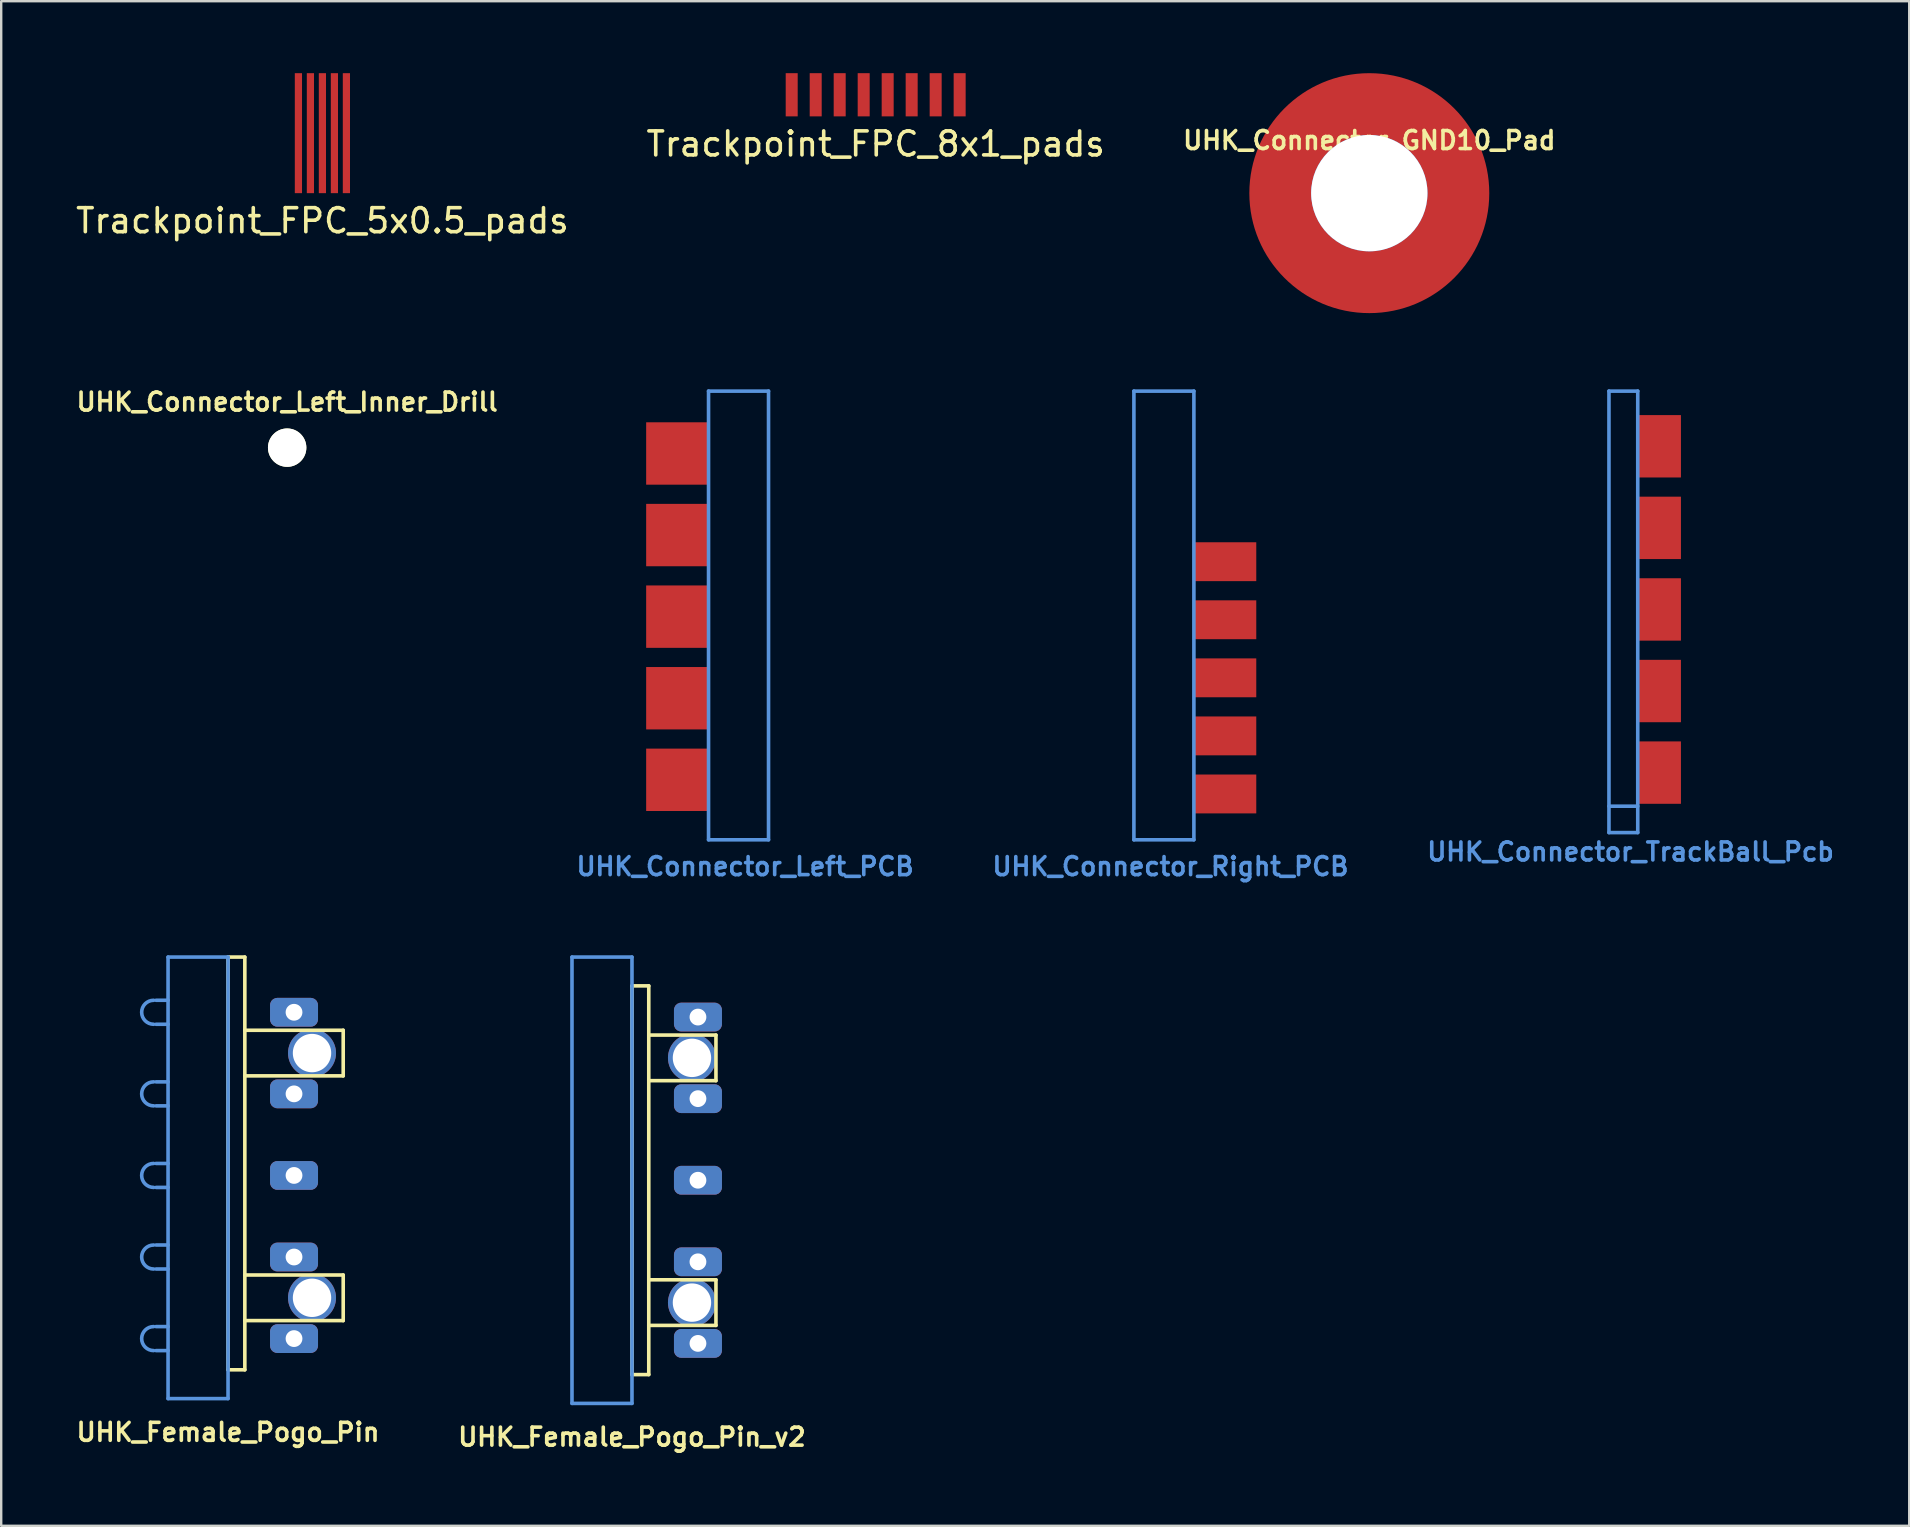
<source format=kicad_pcb>
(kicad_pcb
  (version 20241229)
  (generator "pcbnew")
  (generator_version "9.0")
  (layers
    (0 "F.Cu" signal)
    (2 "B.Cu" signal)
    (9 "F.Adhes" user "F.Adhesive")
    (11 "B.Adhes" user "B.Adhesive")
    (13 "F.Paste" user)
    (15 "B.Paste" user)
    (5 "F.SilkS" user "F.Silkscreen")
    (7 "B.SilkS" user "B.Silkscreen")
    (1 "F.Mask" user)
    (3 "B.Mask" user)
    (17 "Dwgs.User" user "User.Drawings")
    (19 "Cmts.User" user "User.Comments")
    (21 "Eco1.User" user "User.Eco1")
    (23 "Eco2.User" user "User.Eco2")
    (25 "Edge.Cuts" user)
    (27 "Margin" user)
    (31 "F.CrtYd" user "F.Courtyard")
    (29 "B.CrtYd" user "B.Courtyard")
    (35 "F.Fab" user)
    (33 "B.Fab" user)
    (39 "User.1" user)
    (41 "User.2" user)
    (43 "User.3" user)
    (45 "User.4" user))
  (footprint "Trackpoint_FPC_8x1_pads"
    (layer "F.Cu")
    (at 33.446 0.9)
    (property "Reference" "Trackpoint_FPC_8x1_pads" (at 0 2.05 0) (layer "F.SilkS") (effects (font (size 1 1) (thickness 0.15))))
    (attr smd)
    (pad "1" smd rect (at -3.5 0) (size 0.5 1.8) (layers "F.Cu" "F.Mask" "F.Paste"))
    (pad "2" smd rect (at -2.5 0) (size 0.5 1.8) (layers "F.Cu" "F.Mask" "F.Paste"))
    (pad "3" smd rect (at -1.5 0) (size 0.5 1.8) (layers "F.Cu" "F.Mask" "F.Paste"))
    (pad "4" smd rect (at -0.5 0) (size 0.5 1.8) (layers "F.Cu" "F.Mask" "F.Paste"))
    (pad "5" smd rect (at 0.5 0) (size 0.5 1.8) (layers "F.Cu" "F.Mask" "F.Paste"))
    (pad "6" smd rect (at 1.5 0) (size 0.5 1.8) (layers "F.Cu" "F.Mask" "F.Paste"))
    (pad "7" smd rect (at 2.5 0) (size 0.5 1.8) (layers "F.Cu" "F.Mask" "F.Paste"))
    (pad "8" smd rect (at 3.5 0) (size 0.5 1.8) (layers "F.Cu" "F.Mask" "F.Paste")))
  (footprint "UHK_Connector_GND10_Pad"
    (layer "F.Cu")
    (at 54.019 5)
    (property "Reference" "UHK_Connector_GND10_Pad" (at 0 -2.2 0) (layer "F.SilkS") (effects (font (size 0.75 0.75) (thickness 0.15))))
    (attr exclude_from_pos_files exclude_from_bom)
    (pad "1" thru_hole circle (at 0 0) (size 4.85 4.85) (drill 4.85) (layers "*.Cu" "*.Mask"))
    (pad "1" smd circle (at 0 0) (size 10 10) (layers "F.Cu" "F.Mask")))
  (footprint "UHK_Female_Pogo_Pin"
    (layer "F.Cu")
    (at 6.454 45.939)
    (property "Reference" "UHK_Female_Pogo_Pin" (at 0 10.7 0) (layer "F.SilkS") (effects (font (size 0.75 0.75) (thickness 0.15))))
    (attr exclude_from_pos_files exclude_from_bom)
    (fp_line (start 0 8.1) (end 0 -9.1) (stroke (width 0.15) (type solid)) (layer "F.SilkS"))
    (fp_line (start 0 8.1) (end 0.7 8.1) (stroke (width 0.15) (type solid)) (layer "F.SilkS"))
    (fp_line (start 0.7 -9.1) (end 0 -9.1) (stroke (width 0.15) (type solid)) (layer "F.SilkS"))
    (fp_line (start 0.7 -6.05) (end 4.8 -6.05) (stroke (width 0.15) (type solid)) (layer "F.SilkS"))
    (fp_line (start 0.7 6.05) (end 4.8 6.05) (stroke (width 0.15) (type solid)) (layer "F.SilkS"))
    (fp_line (start 0.7 8.1) (end 0.7 -9.1) (stroke (width 0.15) (type solid)) (layer "F.SilkS"))
    (fp_line (start 4.8 -6.05) (end 4.8 -4.15) (stroke (width 0.15) (type solid)) (layer "F.SilkS"))
    (fp_line (start 4.8 -4.15) (end 0.7 -4.15) (stroke (width 0.15) (type solid)) (layer "F.SilkS"))
    (fp_line (start 4.8 4.15) (end 0.7 4.15) (stroke (width 0.15) (type solid)) (layer "F.SilkS"))
    (fp_line (start 4.8 6.05) (end 4.8 4.15) (stroke (width 0.15) (type solid)) (layer "F.SilkS"))
    (fp_line (start -2.5 -9.1) (end -2.5 9.3) (stroke (width 0.15) (type solid)) (layer "Cmts.User"))
    (fp_line (start -2.5 -7.3) (end -3 -7.3) (stroke (width 0.15) (type solid)) (layer "Cmts.User"))
    (fp_line (start -2.5 -6.3) (end -3 -6.3) (stroke (width 0.15) (type solid)) (layer "Cmts.User"))
    (fp_line (start -2.5 -3.9) (end -3 -3.9) (stroke (width 0.15) (type solid)) (layer "Cmts.User"))
    (fp_line (start -2.5 -2.9) (end -3 -2.9) (stroke (width 0.15) (type solid)) (layer "Cmts.User"))
    (fp_line (start -2.5 -0.5) (end -3 -0.5) (stroke (width 0.15) (type solid)) (layer "Cmts.User"))
    (fp_line (start -2.5 0.5) (end -3 0.5) (stroke (width 0.15) (type solid)) (layer "Cmts.User"))
    (fp_line (start -2.5 2.9) (end -3 2.9) (stroke (width 0.15) (type solid)) (layer "Cmts.User"))
    (fp_line (start -2.5 3.9) (end -3 3.9) (stroke (width 0.15) (type solid)) (layer "Cmts.User"))
    (fp_line (start -2.5 6.3) (end -3 6.3) (stroke (width 0.15) (type solid)) (layer "Cmts.User"))
    (fp_line (start -2.5 7.3) (end -3 7.3) (stroke (width 0.15) (type solid)) (layer "Cmts.User"))
    (fp_line (start 0 -9.1) (end -2.5 -9.1) (stroke (width 0.15) (type solid)) (layer "Cmts.User"))
    (fp_line (start 0 9.3) (end -2.5 9.3) (stroke (width 0.15) (type solid)) (layer "Cmts.User"))
    (fp_line (start 0 9.3) (end 0 -9.1) (stroke (width 0.15) (type solid)) (layer "Cmts.User"))
    (fp_arc (start -3.1 -6.3) (mid -3.6 -6.8) (end -3.1 -7.3) (stroke (width 0.15) (type solid)) (layer "Cmts.User"))
    (fp_arc (start -3.1 -2.9) (mid -3.6 -3.4) (end -3.1 -3.9) (stroke (width 0.15) (type solid)) (layer "Cmts.User"))
    (fp_arc (start -3.1 0.5) (mid -3.6 0) (end -3.1 -0.5) (stroke (width 0.15) (type solid)) (layer "Cmts.User"))
    (fp_arc (start -3.1 3.9) (mid -3.6 3.4) (end -3.1 2.9) (stroke (width 0.15) (type solid)) (layer "Cmts.User"))
    (fp_arc (start -3.1 7.3) (mid -3.6 6.8) (end -3.1 6.3) (stroke (width 0.15) (type solid)) (layer "Cmts.User"))
    (pad "" np_thru_hole circle (at 3.5 -5.1) (size 2 2) (drill 1.6) (layers "*.Cu" "*.Mask"))
    (pad "" np_thru_hole circle (at 3.5 5.1 180) (size 2 2) (drill 1.6) (layers "*.Cu" "*.Mask"))
    (pad "1" thru_hole roundrect (at 2.75 -6.8) (size 2 1.2) (drill 0.7) (layers "*.Cu" "*.Mask") (roundrect_rratio 0.25))
    (pad "2" thru_hole roundrect (at 2.75 -3.4) (size 2 1.2) (drill 0.7) (layers "*.Cu" "*.Mask") (roundrect_rratio 0.25))
    (pad "3" thru_hole roundrect (at 2.75 0) (size 2 1.2) (drill 0.7) (layers "*.Cu" "*.Mask") (roundrect_rratio 0.25))
    (pad "4" thru_hole roundrect (at 2.75 3.4) (size 2 1.2) (drill 0.7) (layers "*.Cu" "*.Mask") (roundrect_rratio 0.25))
    (pad "5" thru_hole roundrect (at 2.75 6.8) (size 2 1.2) (drill 0.7) (layers "*.Cu" "*.Mask") (roundrect_rratio 0.25)))
  (footprint "UHK_Connector_Right_PCB"
    (layer "F.Cu")
    (at 44.208 13.25)
    (property "Reference" "UHK_Connector_Right_PCB" (at 1.524 19.812 0) (layer "Cmts.User") (effects (font (size 0.75 0.75) (thickness 0.15))))
    (attr through_hole)
    (fp_line (start 0 0) (end 2.5 0) (stroke (width 0.15) (type solid)) (layer "Cmts.User"))
    (fp_line (start 0 18.7) (end 0 0) (stroke (width 0.15) (type solid)) (layer "Cmts.User"))
    (fp_line (start 2.5 0) (end 2.5 18.7) (stroke (width 0.15) (type solid)) (layer "Cmts.User"))
    (fp_line (start 2.5 18.7) (end 0 18.7) (stroke (width 0.15) (type solid)) (layer "Cmts.User"))
    (pad "1" smd rect (at 3.8 7.11) (size 2.6 1.62) (layers "F.Cu" "F.Mask" "F.Paste"))
    (pad "2" smd rect (at 3.8 9.53) (size 2.6 1.62) (layers "F.Cu" "F.Mask" "F.Paste"))
    (pad "3" smd rect (at 3.8 11.95) (size 2.6 1.62) (layers "F.Cu" "F.Mask" "F.Paste"))
    (pad "4" smd rect (at 3.8 14.37) (size 2.6 1.62) (layers "F.Cu" "F.Mask" "F.Paste"))
    (pad "5" smd rect (at 3.8 16.79) (size 2.6 1.62) (layers "F.Cu" "F.Mask" "F.Paste")))
  (footprint "Trackpoint_FPC_5x0.5_pads"
    (layer "F.Cu")
    (at 10.387 2.5)
    (property "Reference" "Trackpoint_FPC_5x0.5_pads" (at 0 3.65 0) (layer "F.SilkS") (effects (font (size 1 1) (thickness 0.15))))
    (attr smd)
    (pad "1" smd rect (at -1 0) (size 0.3 5) (layers "F.Cu" "F.Mask" "F.Paste"))
    (pad "2" smd rect (at -0.5 0) (size 0.3 5) (layers "F.Cu" "F.Mask" "F.Paste"))
    (pad "3" smd rect (at 0 0) (size 0.3 5) (layers "F.Cu" "F.Mask" "F.Paste"))
    (pad "4" smd rect (at 0.5 0) (size 0.3 5) (layers "F.Cu" "F.Mask" "F.Paste"))
    (pad "5" smd rect (at 1 0) (size 0.3 5) (layers "F.Cu" "F.Mask" "F.Paste")))
  (footprint "UHK_Female_Pogo_Pin_v2"
    (layer "F.Cu")
    (at 23.289 46.139)
    (property "Reference" "UHK_Female_Pogo_Pin_v2" (at 0 10.7 0) (layer "F.SilkS") (effects (font (size 0.75 0.75) (thickness 0.15))))
    (attr exclude_from_pos_files exclude_from_bom)
    (fp_line (start 0 8.1) (end 0 -8.1) (stroke (width 0.15) (type solid)) (layer "F.SilkS"))
    (fp_line (start 0 8.1) (end 0.7 8.1) (stroke (width 0.15) (type solid)) (layer "F.SilkS"))
    (fp_line (start 0.7 -8.1) (end 0 -8.1) (stroke (width 0.15) (type solid)) (layer "F.SilkS"))
    (fp_line (start 0.7 -6.05) (end 3.5 -6.05) (stroke (width 0.15) (type solid)) (layer "F.SilkS"))
    (fp_line (start 0.7 6.05) (end 3.5 6.05) (stroke (width 0.15) (type solid)) (layer "F.SilkS"))
    (fp_line (start 0.7 8.1) (end 0.7 -8.1) (stroke (width 0.15) (type solid)) (layer "F.SilkS"))
    (fp_line (start 3.5 -6.05) (end 3.5 -4.15) (stroke (width 0.15) (type solid)) (layer "F.SilkS"))
    (fp_line (start 3.5 -4.15) (end 0.7 -4.15) (stroke (width 0.15) (type solid)) (layer "F.SilkS"))
    (fp_line (start 3.5 4.15) (end 0.7 4.15) (stroke (width 0.15) (type solid)) (layer "F.SilkS"))
    (fp_line (start 3.5 6.05) (end 3.5 4.15) (stroke (width 0.15) (type solid)) (layer "F.SilkS"))
    (fp_line (start -2.5 -9.3) (end 0 -9.3) (stroke (width 0.15) (type solid)) (layer "Cmts.User"))
    (fp_line (start -2.5 9.3) (end -2.5 -9.3) (stroke (width 0.15) (type solid)) (layer "Cmts.User"))
    (fp_line (start 0 9.3) (end -2.5 9.3) (stroke (width 0.15) (type solid)) (layer "Cmts.User"))
    (fp_line (start 0 9.3) (end 0 -9.3) (stroke (width 0.15) (type solid)) (layer "Cmts.User"))
    (pad "" np_thru_hole circle (at 2.5 -5.1) (size 2 2) (drill 1.6) (layers "*.Cu" "*.Mask"))
    (pad "" np_thru_hole circle (at 2.5 5.1 180) (size 2 2) (drill 1.6) (layers "*.Cu" "*.Mask"))
    (pad "1" thru_hole roundrect (at 2.75 -6.8) (size 2 1.2) (drill 0.7) (layers "*.Cu" "*.Mask") (roundrect_rratio 0.25))
    (pad "2" thru_hole roundrect (at 2.75 -3.4) (size 2 1.2) (drill 0.7) (layers "*.Cu" "*.Mask") (roundrect_rratio 0.25))
    (pad "3" thru_hole roundrect (at 2.75 0) (size 2 1.2) (drill 0.7) (layers "*.Cu" "*.Mask") (roundrect_rratio 0.25))
    (pad "4" thru_hole roundrect (at 2.75 3.4) (size 2 1.2) (drill 0.7) (layers "*.Cu" "*.Mask") (roundrect_rratio 0.25))
    (pad "5" thru_hole roundrect (at 2.75 6.8) (size 2 1.2) (drill 0.7) (layers "*.Cu" "*.Mask") (roundrect_rratio 0.25)))
  (footprint "UHK_Connector_Left_PCB"
    (layer "F.Cu")
    (at 28.98 13.25)
    (property "Reference" "UHK_Connector_Left_PCB" (at -0.976 19.812 0) (layer "Cmts.User") (effects (font (size 0.75 0.75) (thickness 0.15))))
    (attr through_hole)
    (fp_line (start -2.5 0) (end 0 0) (stroke (width 0.15) (type solid)) (layer "Cmts.User"))
    (fp_line (start -2.5 18.7) (end -2.5 0) (stroke (width 0.15) (type solid)) (layer "Cmts.User"))
    (fp_line (start 0 0) (end 0 18.7) (stroke (width 0.15) (type solid)) (layer "Cmts.User"))
    (fp_line (start 0 18.7) (end -2.5 18.7) (stroke (width 0.15) (type solid)) (layer "Cmts.User"))
    (pad "1" smd rect (at -3.8 2.6) (size 2.6 2.6) (layers "F.Cu" "F.Mask" "F.Paste"))
    (pad "2" smd rect (at -3.8 6) (size 2.6 2.6) (layers "F.Cu" "F.Mask" "F.Paste"))
    (pad "3" smd rect (at -3.8 9.4) (size 2.6 2.6) (layers "F.Cu" "F.Mask" "F.Paste"))
    (pad "4" smd rect (at -3.8 12.8) (size 2.6 2.6) (layers "F.Cu" "F.Mask" "F.Paste"))
    (pad "5" smd rect (at -3.8 16.2) (size 2.6 2.6) (layers "F.Cu" "F.Mask" "F.Paste")))
  (footprint "UHK_Connector_TrackBall_Pcb"
    (layer "F.Cu")
    (at 64.007 13.25)
    (property "Reference" "UHK_Connector_TrackBall_Pcb" (at 0.9 19.2 0) (layer "Cmts.User") (effects (font (size 0.75 0.75) (thickness 0.15))))
    (attr exclude_from_pos_files exclude_from_bom)
    (fp_line (start 0 0) (end 1.2 0) (stroke (width 0.15) (type solid)) (layer "Cmts.User"))
    (fp_line (start 0 17.3) (end 1.2 17.3) (stroke (width 0.15) (type solid)) (layer "Cmts.User"))
    (fp_line (start 0 18.4) (end 0 0) (stroke (width 0.15) (type solid)) (layer "Cmts.User"))
    (fp_line (start 1.2 0) (end 1.2 18.4) (stroke (width 0.15) (type solid)) (layer "Cmts.User"))
    (fp_line (start 1.2 18.4) (end 0 18.4) (stroke (width 0.15) (type solid)) (layer "Cmts.User"))
    (pad "1" smd rect (at 2.1 2.3) (size 1.8 2.6) (layers "F.Cu" "F.Mask"))
    (pad "2" smd rect (at 2.1 5.7) (size 1.8 2.6) (layers "F.Cu" "F.Mask"))
    (pad "3" smd rect (at 2.1 9.1) (size 1.8 2.6) (layers "F.Cu" "F.Mask"))
    (pad "4" smd rect (at 2.1 12.5) (size 1.8 2.6) (layers "F.Cu" "F.Mask"))
    (pad "5" smd rect (at 2.1 15.9) (size 1.8 2.6) (layers "F.Cu" "F.Mask")))
  (footprint "UHK_Connector_Left_Inner_Drill"
    (layer "F.Cu")
    (at 8.918 15.607)
    (property "Reference" "UHK_Connector_Left_Inner_Drill" (at 0 -1.905 0) (layer "F.SilkS") (effects (font (size 0.75 0.75) (thickness 0.15))))
    (attr through_hole)
    (pad "" np_thru_hole circle (at 0 0) (size 1.6 1.6) (drill 1.6) (layers "*.Cu" "*.Mask" "F.SilkS")))
  (gr_rect
    (start -3 -3)
    (end 76.521 60.541)
    (stroke (width 0.1) (type default))
    (fill no)
    (layer "Edge.Cuts")))
</source>
